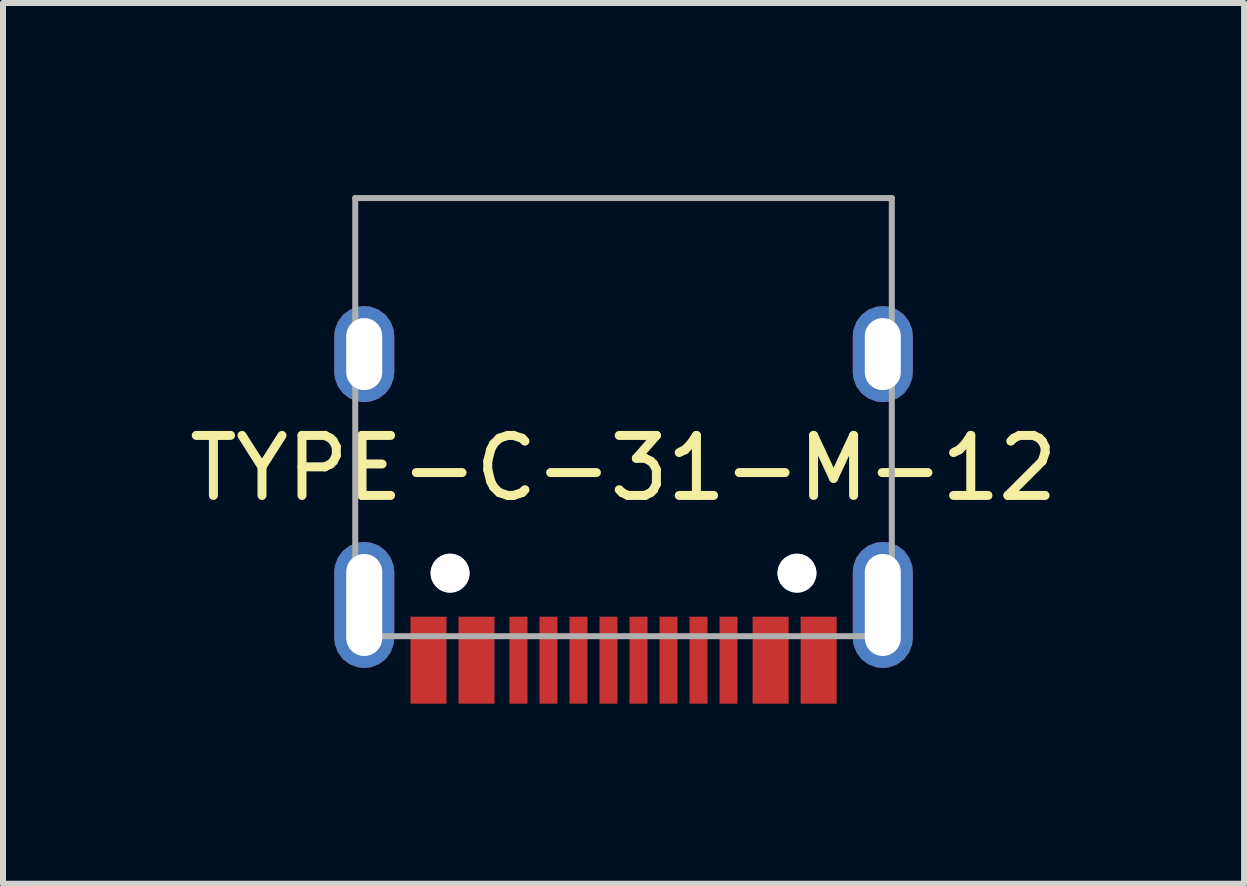
<source format=kicad_pcb>
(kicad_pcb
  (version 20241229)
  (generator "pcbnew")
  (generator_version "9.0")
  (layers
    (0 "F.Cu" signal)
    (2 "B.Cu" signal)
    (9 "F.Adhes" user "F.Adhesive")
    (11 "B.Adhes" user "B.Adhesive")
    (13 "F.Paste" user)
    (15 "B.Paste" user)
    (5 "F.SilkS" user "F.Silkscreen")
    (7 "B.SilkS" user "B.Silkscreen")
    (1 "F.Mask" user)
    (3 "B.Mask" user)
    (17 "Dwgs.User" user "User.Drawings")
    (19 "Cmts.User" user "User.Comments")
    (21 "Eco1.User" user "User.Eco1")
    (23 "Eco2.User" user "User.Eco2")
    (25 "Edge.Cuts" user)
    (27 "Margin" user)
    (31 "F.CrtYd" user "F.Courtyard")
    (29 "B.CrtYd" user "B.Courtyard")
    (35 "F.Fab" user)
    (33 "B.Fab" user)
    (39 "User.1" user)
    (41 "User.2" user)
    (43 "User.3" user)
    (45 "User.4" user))
  (footprint "TYPE-C-31-M-12"
    (layer "F.Cu")
    (at 7.339 0.25)
    (property "Reference" "TYPE-C-31-M-12" (at 0 4.5 0) (layer "F.SilkS") (effects (font (size 1 1) (thickness 0.15))))
    (attr through_hole)
    (fp_line (start -4.47 0) (end -4.47 7.3) (stroke (width 0.1) (type solid)) (layer "F.Fab"))
    (fp_line (start -4.47 0) (end 4.47 0) (stroke (width 0.1) (type solid)) (layer "F.Fab"))
    (fp_line (start -4.47 7.3) (end 4.47 7.3) (stroke (width 0.1) (type solid)) (layer "F.Fab"))
    (fp_line (start 4.47 0) (end 4.47 7.3) (stroke (width 0.1) (type solid)) (layer "F.Fab"))
    (pad "" thru_hole roundrect (at -4.32 2.6) (size 1 1.6) (drill oval 0.6 1.2) (layers "*.Cu" "B.Mask") (roundrect_rratio 0.5))
    (pad "" thru_hole roundrect (at -4.32 6.78) (size 1 2.1) (drill oval 0.6 1.7) (layers "*.Cu" "B.Mask") (roundrect_rratio 0.5))
    (pad "" np_thru_hole roundrect (at -2.89 6.25) (size 0.65 0.65) (drill 0.65) (layers "*.Cu" "*.Mask") (roundrect_rratio 0.5))
    (pad "" np_thru_hole roundrect (at 2.89 6.25) (size 0.65 0.65) (drill 0.65) (layers "*.Cu" "*.Mask") (roundrect_rratio 0.5))
    (pad "" thru_hole roundrect (at 4.32 2.6) (size 1 1.6) (drill oval 0.6 1.2) (layers "*.Cu" "B.Mask") (roundrect_rratio 0.5))
    (pad "" thru_hole roundrect (at 4.32 6.78) (size 1 2.1) (drill oval 0.6 1.7) (layers "*.Cu" "B.Mask") (roundrect_rratio 0.5))
    (pad "A1B12" smd rect (at 3.25 7.7) (size 0.6 1.45) (layers "F.Cu" "F.Mask" "F.Paste"))
    (pad "A4B9" smd rect (at 2.45 7.7) (size 0.6 1.45) (layers "F.Cu" "F.Mask" "F.Paste"))
    (pad "A5" smd rect (at 1.25 7.7) (size 0.3 1.45) (layers "F.Cu" "F.Mask" "F.Paste"))
    (pad "A6" smd rect (at 0.25 7.7) (size 0.3 1.45) (layers "F.Cu" "F.Mask" "F.Paste"))
    (pad "A7" smd rect (at -0.25 7.7) (size 0.3 1.45) (layers "F.Cu" "F.Mask" "F.Paste"))
    (pad "A8" smd rect (at -1.25 7.7) (size 0.3 1.45) (layers "F.Cu" "F.Mask" "F.Paste"))
    (pad "B1A12" smd rect (at -3.25 7.7) (size 0.6 1.45) (layers "F.Cu" "F.Mask" "F.Paste"))
    (pad "B4A9" smd rect (at -2.45 7.7) (size 0.6 1.45) (layers "F.Cu" "F.Mask" "F.Paste"))
    (pad "B5" smd rect (at -1.75 7.7) (size 0.3 1.45) (layers "F.Cu" "F.Mask" "F.Paste"))
    (pad "B6" smd rect (at -0.75 7.7) (size 0.3 1.45) (layers "F.Cu" "F.Mask" "F.Paste"))
    (pad "B7" smd rect (at 0.75 7.7) (size 0.3 1.45) (layers "F.Cu" "F.Mask" "F.Paste"))
    (pad "B8" smd rect (at 1.75 7.7) (size 0.3 1.45) (layers "F.Cu" "F.Mask" "F.Paste")))
  (gr_rect
    (start -3 -3)
    (end 17.679 11.675)
    (stroke (width 0.1) (type default))
    (fill no)
    (layer "Edge.Cuts")))
</source>
